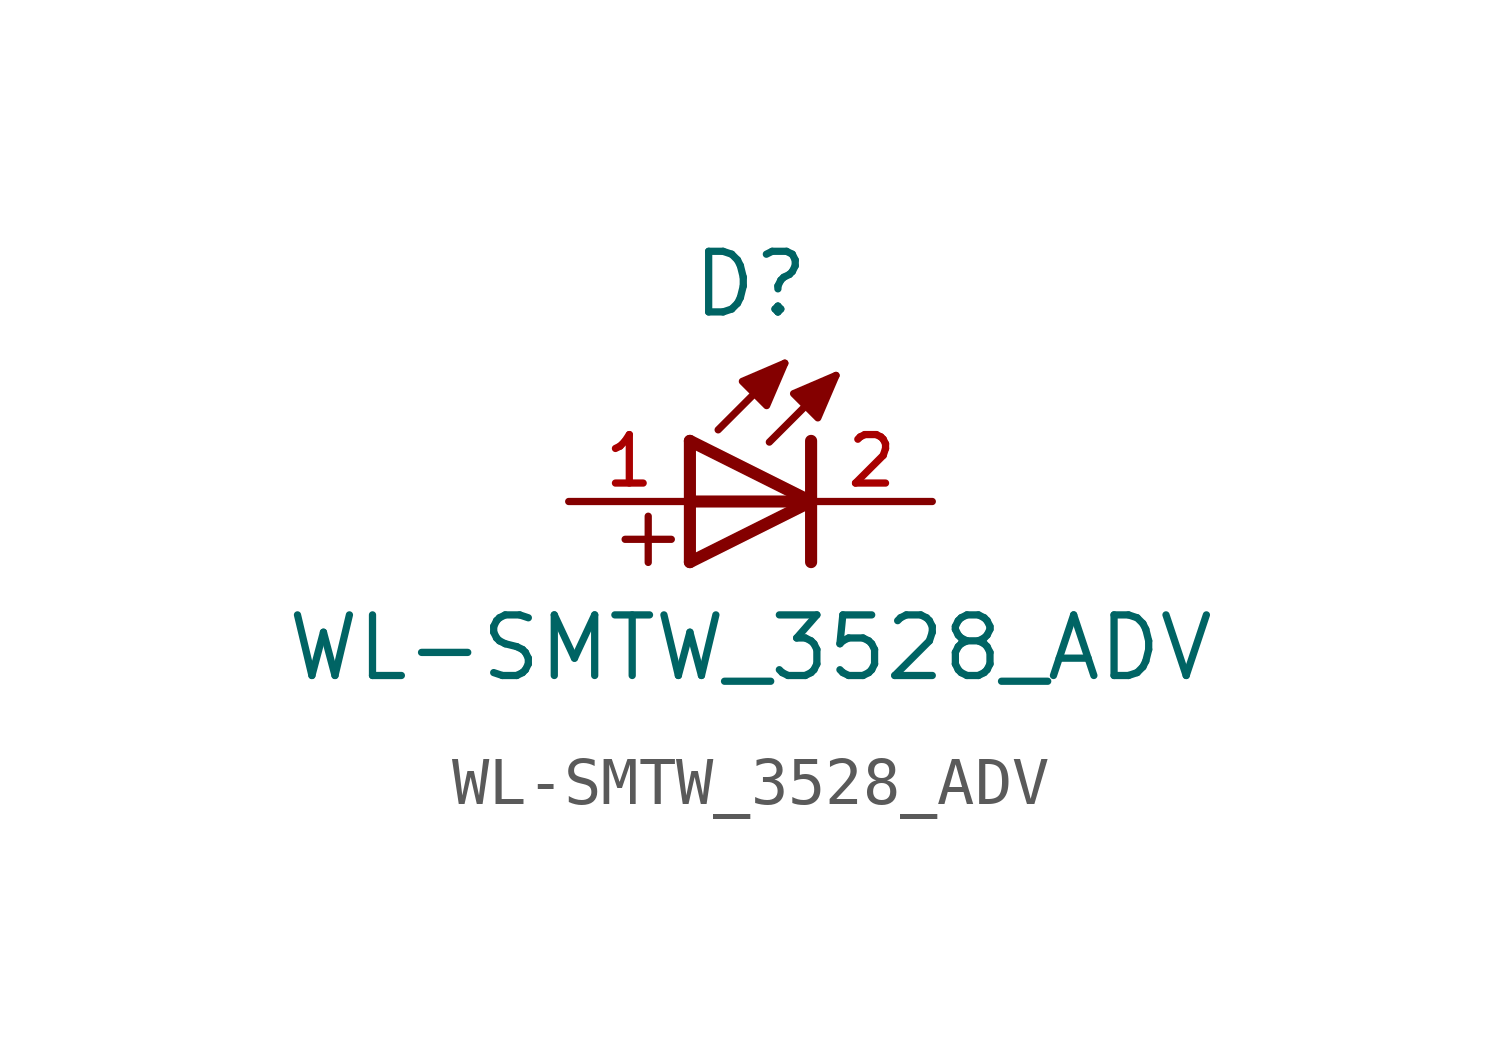
<source format=kicad_sym>
(kicad_symbol_lib
  (version 20211014)
  (generator kicad_symbol_editor)
  (symbol "WL-SMTW_3528_ADV"
    (pin_names
      (offset 1.016))
    (property "Reference" "D"
      (at 1.27 3.81 0)
      (effects (font (size 1.27 1.27)) (justify bottom)))
    (property "Value" "WL-SMTW_3528_ADV"
      (at 1.27 -3.81 0)
      (effects (font (size 1.27 1.27)) (justify bottom)))
    (symbol "WL-SMTW_3528_ADV_0_0"
      (text "+" (at -1.76 -1.44 0) (effects (font (size 1.27 1.27)) (justify bottom left)))
      (polyline (pts (xy 0.0 1.27) (xy 2.54 0.0)) (stroke (width 0.254)))
      (polyline (pts (xy 2.54 0.0) (xy 0.0 -1.27)) (stroke (width 0.254)))
      (polyline (pts (xy 2.54 1.27) (xy 2.54 -1.27)) (stroke (width 0.254)))
      (polyline (pts (xy 0.0 1.27) (xy 0.0 -1.27)) (stroke (width 0.254)))
      (polyline (pts (xy 1.665 1.245) (xy 3.062 2.642)) (stroke (width 0.152)))
      (polyline (pts (xy 0.592 1.502) (xy 1.989 2.899)) (stroke (width 0.152)))
      (polyline (pts (xy 0.0 0.0) (xy 2.54 0.0)) (stroke (width 0.254)))
      (polyline (pts (xy 3.062 2.642) (xy 2.681 1.753) (xy 2.173 2.261) (xy 3.062 2.642)) (stroke (width 0.152)) (fill (type outline)))
      (polyline (pts (xy 1.989 2.899) (xy 1.608 2.01) (xy 1.1 2.518) (xy 1.989 2.899)) (stroke (width 0.152)) (fill (type outline)))
      (pin passive line (at 5.08 0.0 180.0) (length 2.54) (name "~" (effects (font (size 1.016 1.016)))) (number "2" (effects (font (size 1.016 1.016)))))
      (pin passive line (at -2.54 0.0 0) (length 2.54) (name "~" (effects (font (size 1.016 1.016)))) (number "1" (effects (font (size 1.016 1.016))))))))
</source>
